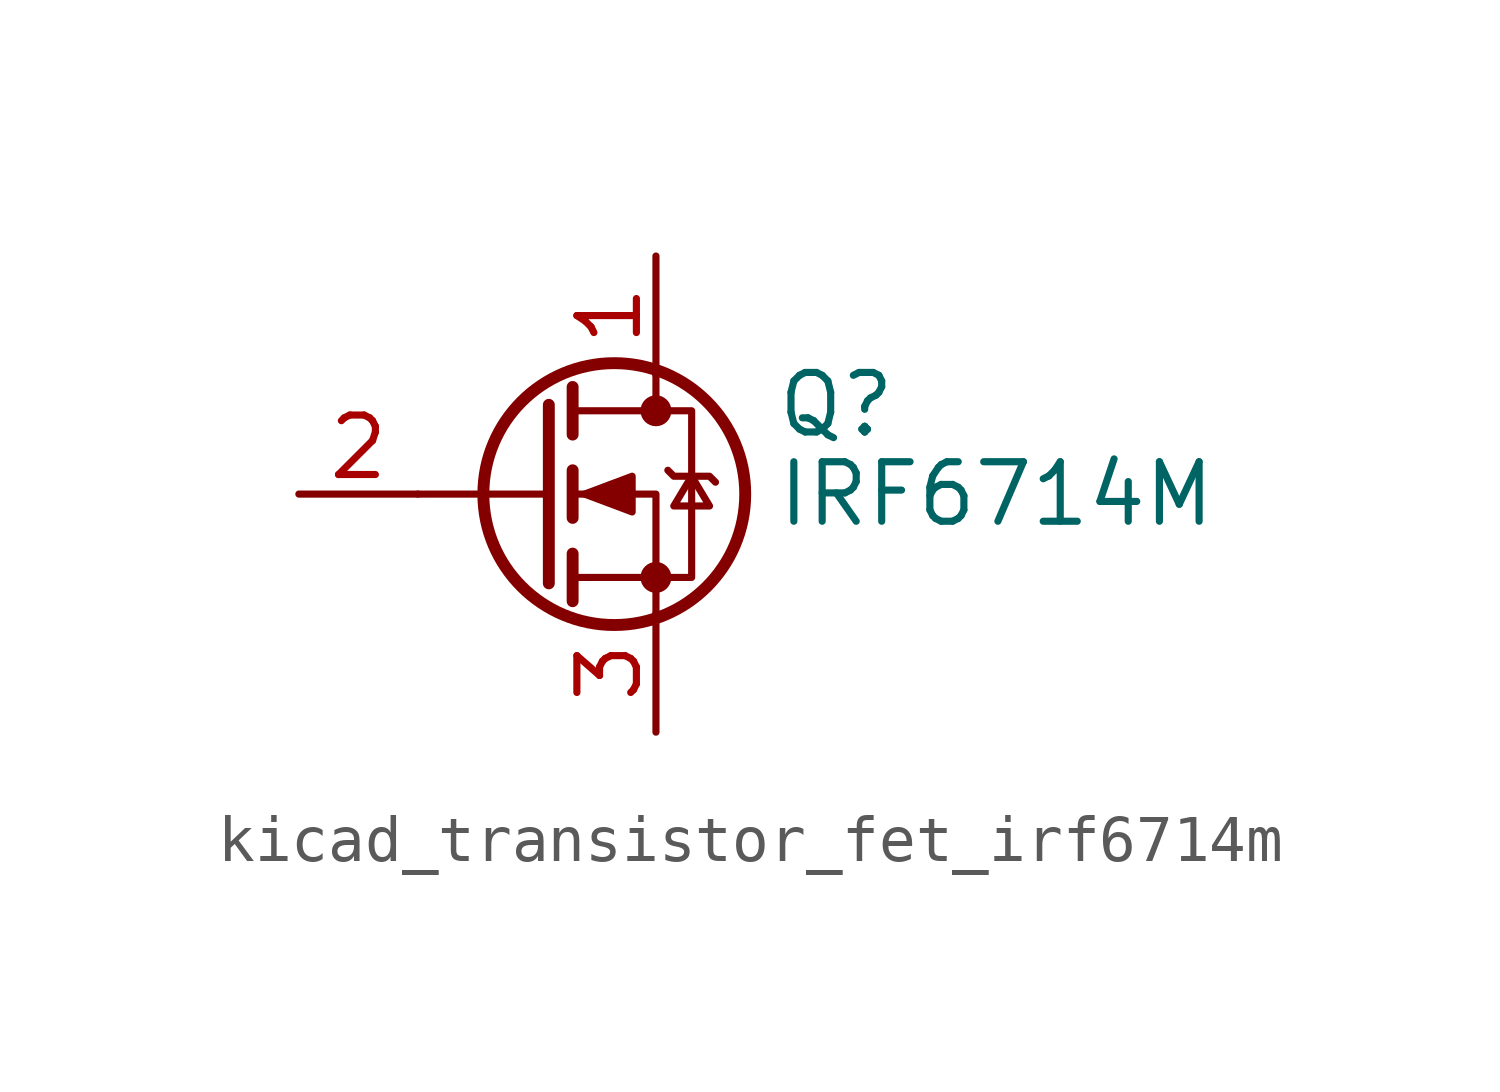
<source format=kicad_sym>
(kicad_symbol_lib
  (version 20220914)
  (generator kicad_symbol_editor)
  (symbol "kicad_transistor_fet_irf6714m"
    (pin_names hide)
    (property "Reference" "Q"
      (at 5.08 1.905 0)
      (effects (font (size 1.27 1.27)) (justify left)))
    (property "Value" "IRF6714M"
      (at 5.08 0 0)
      (effects (font (size 1.27 1.27)) (justify left)))
    (symbol "kicad_transistor_fet_irf6714m_0_1"
      (polyline (pts (xy 0.254 0) (xy -2.54 0)) (stroke (width 0) (type default)) (fill (type none)))
      (polyline (pts (xy 0.254 1.905) (xy 0.254 -1.905)) (stroke (width 0.254) (type default)) (fill (type none)))
      (polyline (pts (xy 0.762 -1.27) (xy 0.762 -2.286)) (stroke (width 0.254) (type default)) (fill (type none)))
      (polyline (pts (xy 0.762 0.508) (xy 0.762 -0.508)) (stroke (width 0.254) (type default)) (fill (type none)))
      (polyline (pts (xy 0.762 2.286) (xy 0.762 1.27)) (stroke (width 0.254) (type default)) (fill (type none)))
      (polyline (pts (xy 2.54 2.54) (xy 2.54 1.778)) (stroke (width 0) (type default)) (fill (type none)))
      (polyline (pts (xy 2.54 -2.54) (xy 2.54 0) (xy 0.762 0)) (stroke (width 0) (type default)) (fill (type none)))
      (polyline (pts (xy 0.762 -1.778) (xy 3.302 -1.778) (xy 3.302 1.778) (xy 0.762 1.778)) (stroke (width 0) (type default)) (fill (type none)))
      (polyline (pts (xy 1.016 0) (xy 2.032 0.381) (xy 2.032 -0.381) (xy 1.016 0)) (stroke (width 0) (type default)) (fill (type outline)))
      (polyline (pts (xy 2.794 0.508) (xy 2.921 0.381) (xy 3.683 0.381) (xy 3.81 0.254)) (stroke (width 0) (type default)) (fill (type none)))
      (polyline (pts (xy 3.302 0.381) (xy 2.921 -0.254) (xy 3.683 -0.254) (xy 3.302 0.381)) (stroke (width 0) (type default)) (fill (type none)))
      (circle (center 1.651 0) (radius 2.794) (stroke (width 0.254) (type default)) (fill (type none)))
      (circle (center 2.54 -1.778) (radius 0.254) (stroke (width 0) (type default)) (fill (type outline)))
      (circle (center 2.54 1.778) (radius 0.254) (stroke (width 0) (type default)) (fill (type outline))))
    (symbol "kicad_transistor_fet_irf6714m_1_1"
      (pin passive line (at 2.54 5.08 270) (length 2.54) (name "D" (effects (font (size 1.27 1.27)))) (number "1" (effects (font (size 1.27 1.27)))))
      (pin input line (at -5.08 0 0) (length 2.54) (name "G" (effects (font (size 1.27 1.27)))) (number "2" (effects (font (size 1.27 1.27)))))
      (pin passive line (at 2.54 -5.08 90) (length 2.54) (name "S" (effects (font (size 1.27 1.27)))) (number "3" (effects (font (size 1.27 1.27))))))))
</source>
